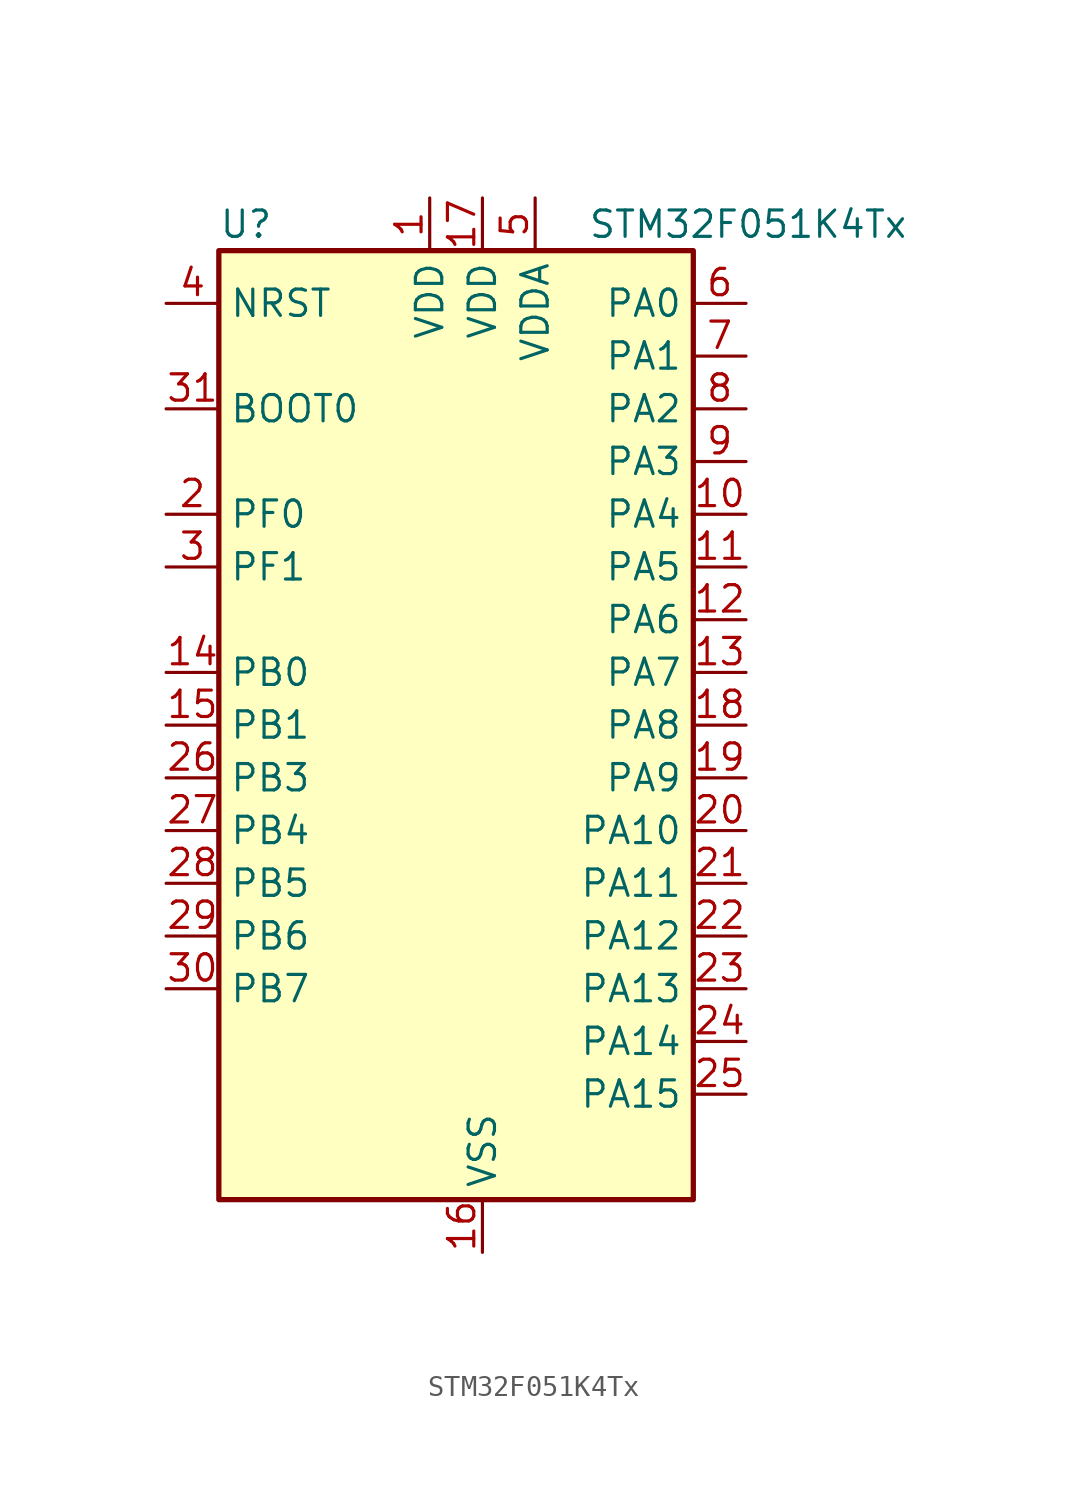
<source format=kicad_sym>
(kicad_symbol_lib
  (version 20220914)
  (generator kicad_symbol_editor)
  (symbol "STM32F051K4Tx"
    (property "Reference" "U"
      (at -10.16 24.13 0)
      (effects (font (size 1.27 1.27)) (justify left)))
    (property "Value" "STM32F051K4Tx"
      (at 7.62 24.13 0)
      (effects (font (size 1.27 1.27)) (justify left)))
    (property "ki_locked" ""
      (at 0 0 0)
      (effects (font (size 1.27 1.27))))
    (symbol "STM32F051K4Tx_0_1"
      (rectangle (start -10.16 -22.86) (end 12.7 22.86) (stroke (width 0.254) (type default)) (fill (type background))))
    (symbol "STM32F051K4Tx_1_1"
      (pin power_in line (at 0 25.4 270) (length 2.54) (name "VDD" (effects (font (size 1.27 1.27)))) (number "1" (effects (font (size 1.27 1.27)))))
      (pin bidirectional line (at 15.24 10.16 180) (length 2.54) (name "PA4" (effects (font (size 1.27 1.27)))) (number "10" (effects (font (size 1.27 1.27)))) (alternate "ADC_IN4" bidirectional line) (alternate "COMP1_INM" bidirectional line) (alternate "COMP2_INM" bidirectional line) (alternate "DAC1_OUT1" bidirectional line) (alternate "I2S1_WS" bidirectional line) (alternate "SPI1_NSS" bidirectional line) (alternate "TIM14_CH1" bidirectional line) (alternate "TSC_G2_IO1" bidirectional line))
      (pin bidirectional line (at 15.24 7.62 180) (length 2.54) (name "PA5" (effects (font (size 1.27 1.27)))) (number "11" (effects (font (size 1.27 1.27)))) (alternate "ADC_IN5" bidirectional line) (alternate "CEC" bidirectional line) (alternate "COMP1_INM" bidirectional line) (alternate "COMP2_INM" bidirectional line) (alternate "I2S1_CK" bidirectional line) (alternate "SPI1_SCK" bidirectional line) (alternate "TIM2_CH1" bidirectional line) (alternate "TIM2_ETR" bidirectional line) (alternate "TSC_G2_IO2" bidirectional line))
      (pin bidirectional line (at 15.24 5.08 180) (length 2.54) (name "PA6" (effects (font (size 1.27 1.27)))) (number "12" (effects (font (size 1.27 1.27)))) (alternate "ADC_IN6" bidirectional line) (alternate "COMP1_OUT" bidirectional line) (alternate "I2S1_MCK" bidirectional line) (alternate "SPI1_MISO" bidirectional line) (alternate "TIM16_CH1" bidirectional line) (alternate "TIM1_BKIN" bidirectional line) (alternate "TIM3_CH1" bidirectional line) (alternate "TSC_G2_IO3" bidirectional line))
      (pin bidirectional line (at 15.24 2.54 180) (length 2.54) (name "PA7" (effects (font (size 1.27 1.27)))) (number "13" (effects (font (size 1.27 1.27)))) (alternate "ADC_IN7" bidirectional line) (alternate "COMP2_OUT" bidirectional line) (alternate "I2S1_SD" bidirectional line) (alternate "SPI1_MOSI" bidirectional line) (alternate "TIM14_CH1" bidirectional line) (alternate "TIM17_CH1" bidirectional line) (alternate "TIM1_CH1N" bidirectional line) (alternate "TIM3_CH2" bidirectional line) (alternate "TSC_G2_IO4" bidirectional line))
      (pin bidirectional line (at -12.7 2.54 0) (length 2.54) (name "PB0" (effects (font (size 1.27 1.27)))) (number "14" (effects (font (size 1.27 1.27)))) (alternate "ADC_IN8" bidirectional line) (alternate "TIM1_CH2N" bidirectional line) (alternate "TIM3_CH3" bidirectional line) (alternate "TSC_G3_IO2" bidirectional line))
      (pin bidirectional line (at -12.7 0 0) (length 2.54) (name "PB1" (effects (font (size 1.27 1.27)))) (number "15" (effects (font (size 1.27 1.27)))) (alternate "ADC_IN9" bidirectional line) (alternate "TIM14_CH1" bidirectional line) (alternate "TIM1_CH3N" bidirectional line) (alternate "TIM3_CH4" bidirectional line) (alternate "TSC_G3_IO3" bidirectional line))
      (pin power_in line (at 2.54 -25.4 90) (length 2.54) (name "VSS" (effects (font (size 1.27 1.27)))) (number "16" (effects (font (size 1.27 1.27)))))
      (pin power_in line (at 2.54 25.4 270) (length 2.54) (name "VDD" (effects (font (size 1.27 1.27)))) (number "17" (effects (font (size 1.27 1.27)))))
      (pin bidirectional line (at 15.24 0 180) (length 2.54) (name "PA8" (effects (font (size 1.27 1.27)))) (number "18" (effects (font (size 1.27 1.27)))) (alternate "RCC_MCO" bidirectional line) (alternate "TIM1_CH1" bidirectional line) (alternate "USART1_CK" bidirectional line))
      (pin bidirectional line (at 15.24 -2.54 180) (length 2.54) (name "PA9" (effects (font (size 1.27 1.27)))) (number "19" (effects (font (size 1.27 1.27)))) (alternate "DAC1_EXTI9" bidirectional line) (alternate "TIM15_BKIN" bidirectional line) (alternate "TIM1_CH2" bidirectional line) (alternate "TSC_G4_IO1" bidirectional line) (alternate "USART1_TX" bidirectional line))
      (pin bidirectional line (at -12.7 10.16 0) (length 2.54) (name "PF0" (effects (font (size 1.27 1.27)))) (number "2" (effects (font (size 1.27 1.27)))) (alternate "RCC_OSC_IN" bidirectional line))
      (pin bidirectional line (at 15.24 -5.08 180) (length 2.54) (name "PA10" (effects (font (size 1.27 1.27)))) (number "20" (effects (font (size 1.27 1.27)))) (alternate "TIM17_BKIN" bidirectional line) (alternate "TIM1_CH3" bidirectional line) (alternate "TSC_G4_IO2" bidirectional line) (alternate "USART1_RX" bidirectional line))
      (pin bidirectional line (at 15.24 -7.62 180) (length 2.54) (name "PA11" (effects (font (size 1.27 1.27)))) (number "21" (effects (font (size 1.27 1.27)))) (alternate "COMP1_OUT" bidirectional line) (alternate "TIM1_CH4" bidirectional line) (alternate "TSC_G4_IO3" bidirectional line) (alternate "USART1_CTS" bidirectional line))
      (pin bidirectional line (at 15.24 -10.16 180) (length 2.54) (name "PA12" (effects (font (size 1.27 1.27)))) (number "22" (effects (font (size 1.27 1.27)))) (alternate "COMP2_OUT" bidirectional line) (alternate "TIM1_ETR" bidirectional line) (alternate "TSC_G4_IO4" bidirectional line) (alternate "USART1_DE" bidirectional line) (alternate "USART1_RTS" bidirectional line))
      (pin bidirectional line (at 15.24 -12.7 180) (length 2.54) (name "PA13" (effects (font (size 1.27 1.27)))) (number "23" (effects (font (size 1.27 1.27)))) (alternate "IR_OUT" bidirectional line) (alternate "SYS_SWDIO" bidirectional line))
      (pin bidirectional line (at 15.24 -15.24 180) (length 2.54) (name "PA14" (effects (font (size 1.27 1.27)))) (number "24" (effects (font (size 1.27 1.27)))) (alternate "SYS_SWCLK" bidirectional line))
      (pin bidirectional line (at 15.24 -17.78 180) (length 2.54) (name "PA15" (effects (font (size 1.27 1.27)))) (number "25" (effects (font (size 1.27 1.27)))) (alternate "I2S1_WS" bidirectional line) (alternate "SPI1_NSS" bidirectional line) (alternate "TIM2_CH1" bidirectional line) (alternate "TIM2_ETR" bidirectional line))
      (pin bidirectional line (at -12.7 -2.54 0) (length 2.54) (name "PB3" (effects (font (size 1.27 1.27)))) (number "26" (effects (font (size 1.27 1.27)))) (alternate "I2S1_CK" bidirectional line) (alternate "SPI1_SCK" bidirectional line) (alternate "TIM2_CH2" bidirectional line) (alternate "TSC_G5_IO1" bidirectional line))
      (pin bidirectional line (at -12.7 -5.08 0) (length 2.54) (name "PB4" (effects (font (size 1.27 1.27)))) (number "27" (effects (font (size 1.27 1.27)))) (alternate "I2S1_MCK" bidirectional line) (alternate "SPI1_MISO" bidirectional line) (alternate "TIM3_CH1" bidirectional line) (alternate "TSC_G5_IO2" bidirectional line))
      (pin bidirectional line (at -12.7 -7.62 0) (length 2.54) (name "PB5" (effects (font (size 1.27 1.27)))) (number "28" (effects (font (size 1.27 1.27)))) (alternate "I2C1_SMBA" bidirectional line) (alternate "I2S1_SD" bidirectional line) (alternate "SPI1_MOSI" bidirectional line) (alternate "TIM16_BKIN" bidirectional line) (alternate "TIM3_CH2" bidirectional line))
      (pin bidirectional line (at -12.7 -10.16 0) (length 2.54) (name "PB6" (effects (font (size 1.27 1.27)))) (number "29" (effects (font (size 1.27 1.27)))) (alternate "I2C1_SCL" bidirectional line) (alternate "TIM16_CH1N" bidirectional line) (alternate "TSC_G5_IO3" bidirectional line) (alternate "USART1_TX" bidirectional line))
      (pin bidirectional line (at -12.7 7.62 0) (length 2.54) (name "PF1" (effects (font (size 1.27 1.27)))) (number "3" (effects (font (size 1.27 1.27)))) (alternate "RCC_OSC_OUT" bidirectional line))
      (pin bidirectional line (at -12.7 -12.7 0) (length 2.54) (name "PB7" (effects (font (size 1.27 1.27)))) (number "30" (effects (font (size 1.27 1.27)))) (alternate "I2C1_SDA" bidirectional line) (alternate "TIM17_CH1N" bidirectional line) (alternate "TSC_G5_IO4" bidirectional line) (alternate "USART1_RX" bidirectional line))
      (pin input line (at -12.7 15.24 0) (length 2.54) (name "BOOT0" (effects (font (size 1.27 1.27)))) (number "31" (effects (font (size 1.27 1.27)))))
      (pin passive line (at 2.54 -25.4 90) (length 2.54) hide (name "VSS" (effects (font (size 1.27 1.27)))) (number "32" (effects (font (size 1.27 1.27)))))
      (pin input line (at -12.7 20.32 0) (length 2.54) (name "NRST" (effects (font (size 1.27 1.27)))) (number "4" (effects (font (size 1.27 1.27)))))
      (pin power_in line (at 5.08 25.4 270) (length 2.54) (name "VDDA" (effects (font (size 1.27 1.27)))) (number "5" (effects (font (size 1.27 1.27)))))
      (pin bidirectional line (at 15.24 20.32 180) (length 2.54) (name "PA0" (effects (font (size 1.27 1.27)))) (number "6" (effects (font (size 1.27 1.27)))) (alternate "ADC_IN0" bidirectional line) (alternate "COMP1_INM" bidirectional line) (alternate "COMP1_OUT" bidirectional line) (alternate "RTC_TAMP2" bidirectional line) (alternate "SYS_WKUP1" bidirectional line) (alternate "TIM2_CH1" bidirectional line) (alternate "TIM2_ETR" bidirectional line) (alternate "TSC_G1_IO1" bidirectional line))
      (pin bidirectional line (at 15.24 17.78 180) (length 2.54) (name "PA1" (effects (font (size 1.27 1.27)))) (number "7" (effects (font (size 1.27 1.27)))) (alternate "ADC_IN1" bidirectional line) (alternate "COMP1_INP" bidirectional line) (alternate "TIM2_CH2" bidirectional line) (alternate "TSC_G1_IO2" bidirectional line))
      (pin bidirectional line (at 15.24 15.24 180) (length 2.54) (name "PA2" (effects (font (size 1.27 1.27)))) (number "8" (effects (font (size 1.27 1.27)))) (alternate "ADC_IN2" bidirectional line) (alternate "COMP2_INM" bidirectional line) (alternate "COMP2_OUT" bidirectional line) (alternate "TIM15_CH1" bidirectional line) (alternate "TIM2_CH3" bidirectional line) (alternate "TSC_G1_IO3" bidirectional line))
      (pin bidirectional line (at 15.24 12.7 180) (length 2.54) (name "PA3" (effects (font (size 1.27 1.27)))) (number "9" (effects (font (size 1.27 1.27)))) (alternate "ADC_IN3" bidirectional line) (alternate "COMP2_INP" bidirectional line) (alternate "TIM15_CH2" bidirectional line) (alternate "TIM2_CH4" bidirectional line) (alternate "TSC_G1_IO4" bidirectional line)))))
</source>
